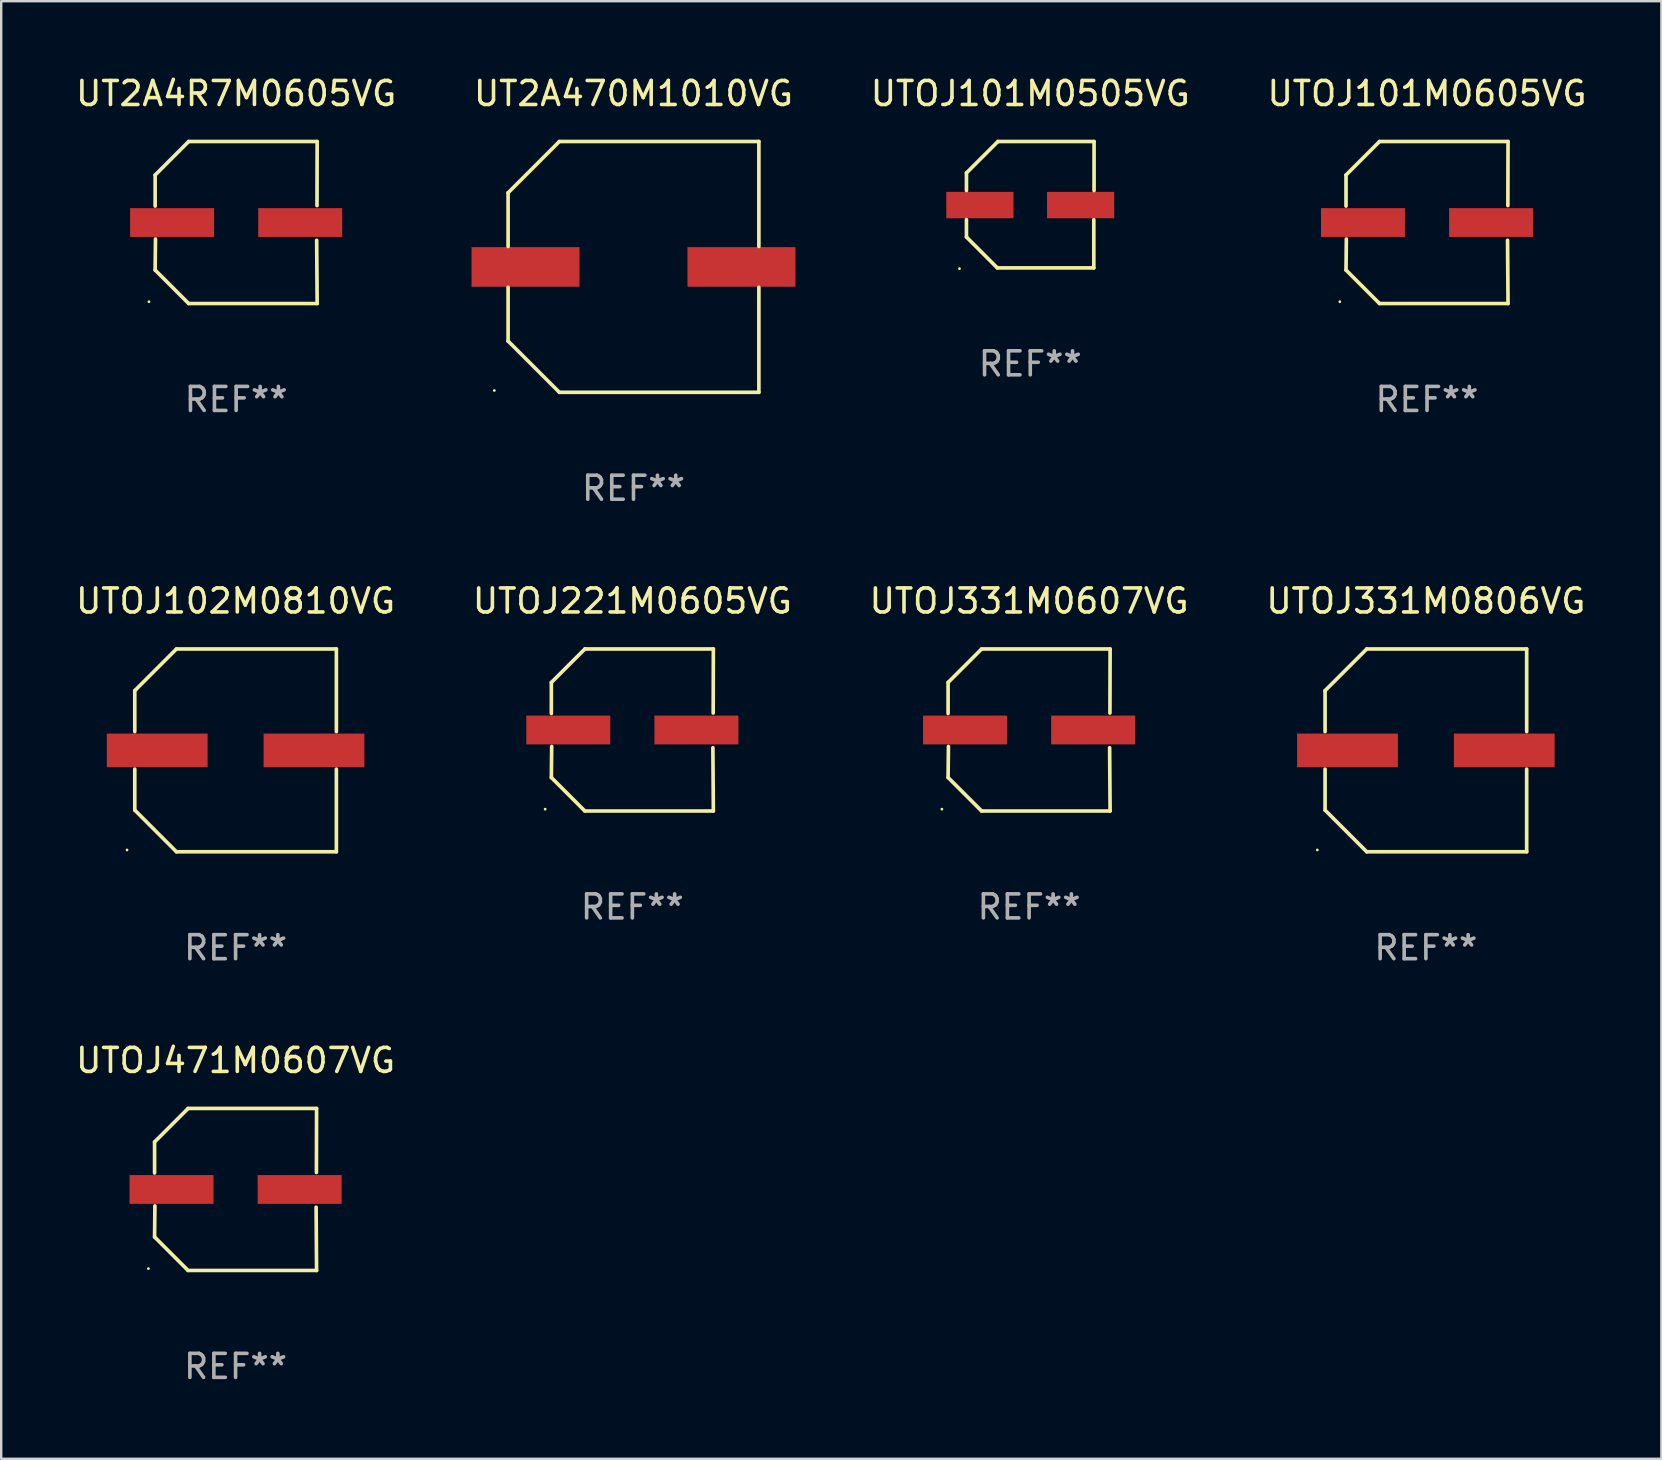
<source format=kicad_pcb>
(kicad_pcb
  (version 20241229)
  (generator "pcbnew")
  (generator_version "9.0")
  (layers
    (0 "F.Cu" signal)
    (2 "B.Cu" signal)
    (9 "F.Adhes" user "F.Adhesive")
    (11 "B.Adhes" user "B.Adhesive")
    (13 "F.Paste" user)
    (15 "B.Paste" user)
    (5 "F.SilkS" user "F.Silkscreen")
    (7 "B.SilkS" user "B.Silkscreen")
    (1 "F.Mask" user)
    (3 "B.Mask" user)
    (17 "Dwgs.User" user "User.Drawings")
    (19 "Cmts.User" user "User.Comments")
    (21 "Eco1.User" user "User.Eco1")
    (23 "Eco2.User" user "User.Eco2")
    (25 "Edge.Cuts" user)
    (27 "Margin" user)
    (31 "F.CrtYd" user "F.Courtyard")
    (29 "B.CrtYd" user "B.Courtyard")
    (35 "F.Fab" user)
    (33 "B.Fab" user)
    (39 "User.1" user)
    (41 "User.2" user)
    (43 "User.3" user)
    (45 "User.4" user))
  (footprint "UT2A470M1010VG"
    (layer "F.Cu")
    (at 23.351 8.074)
    (property "Reference" "UT2A470M1010VG" (at 0 -7.226 0) (layer "F.SilkS") (effects (font (size 1 1) (thickness 0.15))))
    (attr through_hole)
    (fp_line (start -5.226 -3.09) (end -5.226 -0.852) (stroke (width 0.152) (type solid)) (layer "F.SilkS"))
    (fp_line (start -5.226 3.09) (end -5.226 0.852) (stroke (width 0.152) (type solid)) (layer "F.SilkS"))
    (fp_line (start -3.09 -5.226) (end -5.226 -3.09) (stroke (width 0.152) (type solid)) (layer "F.SilkS"))
    (fp_line (start -3.09 5.226) (end -5.226 3.09) (stroke (width 0.152) (type solid)) (layer "F.SilkS"))
    (fp_line (start 5.226 -5.226) (end -3.09 -5.226) (stroke (width 0.152) (type solid)) (layer "F.SilkS"))
    (fp_line (start 5.226 -0.852) (end 5.226 -5.226) (stroke (width 0.152) (type solid)) (layer "F.SilkS"))
    (fp_line (start 5.226 0.852) (end 5.226 5.226) (stroke (width 0.152) (type solid)) (layer "F.SilkS"))
    (fp_line (start 5.226 5.226) (end -3.09 5.226) (stroke (width 0.152) (type solid)) (layer "F.SilkS"))
    (fp_circle (center -5.8 5.15) (end -5.77 5.15) (stroke (width 0.06) (type solid)) (fill no) (layer "F.SilkS"))
    (fp_text user "REF**" (at 0 9.226 0) (layer "F.Fab") (effects (font (size 1 1) (thickness 0.15))))
    (pad "1" smd rect (at -4.5 0) (size 4.5 1.65) (layers "F.Cu" "F.Mask" "F.Paste"))
    (pad "2" smd rect (at 4.5 0) (size 4.5 1.65) (layers "F.Cu" "F.Mask" "F.Paste")))
  (footprint "UTOJ471M0607VG"
    (layer "F.Cu")
    (at 6.768 46.522)
    (property "Reference" "UTOJ471M0607VG" (at 0 -5.376 0) (layer "F.SilkS") (effects (font (size 1 1) (thickness 0.15))))
    (attr through_hole)
    (fp_line (start -3.376 -1.98) (end -3.376 -0.686) (stroke (width 0.152) (type solid)) (layer "F.SilkS"))
    (fp_line (start -3.376 1.981) (end -3.362 0.686) (stroke (width 0.152) (type solid)) (layer "F.SilkS"))
    (fp_line (start -1.981 3.376) (end -3.376 1.981) (stroke (width 0.152) (type solid)) (layer "F.SilkS"))
    (fp_line (start -1.98 -3.376) (end -3.376 -1.98) (stroke (width 0.152) (type solid)) (layer "F.SilkS"))
    (fp_line (start 3.356 0.74) (end 3.376 3.376) (stroke (width 0.152) (type solid)) (layer "F.SilkS"))
    (fp_line (start 3.369 -0.707) (end 3.376 -3.376) (stroke (width 0.152) (type solid)) (layer "F.SilkS"))
    (fp_line (start 3.376 3.376) (end -1.981 3.376) (stroke (width 0.152) (type solid)) (layer "F.SilkS"))
    (fp_line (start 3.376 -3.376) (end -1.98 -3.376) (stroke (width 0.152) (type solid)) (layer "F.SilkS"))
    (fp_circle (center -3.634 3.3) (end -3.604 3.3) (stroke (width 0.06) (type solid)) (fill no) (layer "F.SilkS"))
    (fp_text user "REF**" (at 0 7.376 0) (layer "F.Fab") (effects (font (size 1 1) (thickness 0.15))))
    (pad "1" smd rect (at -2.67 0.000254) (size 3.5 1.2) (layers "F.Cu" "F.Mask" "F.Paste"))
    (pad "2" smd rect (at 2.67 0.000254) (size 3.5 1.2) (layers "F.Cu" "F.Mask" "F.Paste")))
  (footprint "UTOJ331M0806VG"
    (layer "F.Cu")
    (at 56.375 28.223)
    (property "Reference" "UTOJ331M0806VG" (at 0 -6.226 0) (layer "F.SilkS") (effects (font (size 1 1) (thickness 0.15))))
    (attr through_hole)
    (fp_line (start -4.201 -2.49) (end -4.201 -0.782) (stroke (width 0.152) (type solid)) (layer "F.SilkS"))
    (fp_line (start -4.201 2.49) (end -4.201 0.782) (stroke (width 0.152) (type solid)) (layer "F.SilkS"))
    (fp_line (start -2.465 -4.226) (end -4.201 -2.49) (stroke (width 0.152) (type solid)) (layer "F.SilkS"))
    (fp_line (start -2.465 4.226) (end -4.201 2.49) (stroke (width 0.152) (type solid)) (layer "F.SilkS"))
    (fp_line (start 4.201 -4.226) (end -2.465 -4.226) (stroke (width 0.152) (type solid)) (layer "F.SilkS"))
    (fp_line (start 4.201 -0.782) (end 4.201 -4.226) (stroke (width 0.152) (type solid)) (layer "F.SilkS"))
    (fp_line (start 4.201 0.782) (end 4.201 4.226) (stroke (width 0.152) (type solid)) (layer "F.SilkS"))
    (fp_line (start 4.201 4.226) (end -2.465 4.226) (stroke (width 0.152) (type solid)) (layer "F.SilkS"))
    (fp_circle (center -4.524 4.15) (end -4.494 4.15) (stroke (width 0.06) (type solid)) (fill no) (layer "F.SilkS"))
    (fp_text user "REF**" (at 0 8.226 0) (layer "F.Fab") (effects (font (size 1 1) (thickness 0.15))))
    (pad "1" smd rect (at -3.267 0) (size 4.2 1.4) (layers "F.Cu" "F.Mask" "F.Paste"))
    (pad "2" smd rect (at 3.267 0) (size 4.2 1.4) (layers "F.Cu" "F.Mask" "F.Paste")))
  (footprint "UTOJ221M0605VG"
    (layer "F.Cu")
    (at 23.304 27.373)
    (property "Reference" "UTOJ221M0605VG" (at 0 -5.376 0) (layer "F.SilkS") (effects (font (size 1 1) (thickness 0.15))))
    (attr through_hole)
    (fp_line (start -3.376 -1.98) (end -3.376 -0.686) (stroke (width 0.152) (type solid)) (layer "F.SilkS"))
    (fp_line (start -3.376 1.981) (end -3.362 0.686) (stroke (width 0.152) (type solid)) (layer "F.SilkS"))
    (fp_line (start -1.981 3.376) (end -3.376 1.981) (stroke (width 0.152) (type solid)) (layer "F.SilkS"))
    (fp_line (start -1.98 -3.376) (end -3.376 -1.98) (stroke (width 0.152) (type solid)) (layer "F.SilkS"))
    (fp_line (start 3.356 0.74) (end 3.376 3.376) (stroke (width 0.152) (type solid)) (layer "F.SilkS"))
    (fp_line (start 3.369 -0.707) (end 3.376 -3.376) (stroke (width 0.152) (type solid)) (layer "F.SilkS"))
    (fp_line (start 3.376 3.376) (end -1.981 3.376) (stroke (width 0.152) (type solid)) (layer "F.SilkS"))
    (fp_line (start 3.376 -3.376) (end -1.98 -3.376) (stroke (width 0.152) (type solid)) (layer "F.SilkS"))
    (fp_circle (center -3.634 3.3) (end -3.604 3.3) (stroke (width 0.06) (type solid)) (fill no) (layer "F.SilkS"))
    (fp_text user "REF**" (at 0 7.376 0) (layer "F.Fab") (effects (font (size 1 1) (thickness 0.15))))
    (pad "1" smd rect (at -2.67 0.000254) (size 3.5 1.2) (layers "F.Cu" "F.Mask" "F.Paste"))
    (pad "2" smd rect (at 2.67 0.000254) (size 3.5 1.2) (layers "F.Cu" "F.Mask" "F.Paste")))
  (footprint "UTOJ331M0607VG"
    (layer "F.Cu")
    (at 39.839 27.373)
    (property "Reference" "UTOJ331M0607VG" (at 0 -5.376 0) (layer "F.SilkS") (effects (font (size 1 1) (thickness 0.15))))
    (attr through_hole)
    (fp_line (start -3.376 -1.98) (end -3.376 -0.686) (stroke (width 0.152) (type solid)) (layer "F.SilkS"))
    (fp_line (start -3.376 1.981) (end -3.362 0.686) (stroke (width 0.152) (type solid)) (layer "F.SilkS"))
    (fp_line (start -1.981 3.376) (end -3.376 1.981) (stroke (width 0.152) (type solid)) (layer "F.SilkS"))
    (fp_line (start -1.98 -3.376) (end -3.376 -1.98) (stroke (width 0.152) (type solid)) (layer "F.SilkS"))
    (fp_line (start 3.356 0.74) (end 3.376 3.376) (stroke (width 0.152) (type solid)) (layer "F.SilkS"))
    (fp_line (start 3.369 -0.707) (end 3.376 -3.376) (stroke (width 0.152) (type solid)) (layer "F.SilkS"))
    (fp_line (start 3.376 3.376) (end -1.981 3.376) (stroke (width 0.152) (type solid)) (layer "F.SilkS"))
    (fp_line (start 3.376 -3.376) (end -1.98 -3.376) (stroke (width 0.152) (type solid)) (layer "F.SilkS"))
    (fp_circle (center -3.634 3.3) (end -3.604 3.3) (stroke (width 0.06) (type solid)) (fill no) (layer "F.SilkS"))
    (fp_text user "REF**" (at 0 7.376 0) (layer "F.Fab") (effects (font (size 1 1) (thickness 0.15))))
    (pad "1" smd rect (at -2.67 0.000254) (size 3.5 1.2) (layers "F.Cu" "F.Mask" "F.Paste"))
    (pad "2" smd rect (at 2.67 0.000254) (size 3.5 1.2) (layers "F.Cu" "F.Mask" "F.Paste")))
  (footprint "UT2A4R7M0605VG"
    (layer "F.Cu")
    (at 6.792 6.224)
    (property "Reference" "UT2A4R7M0605VG" (at 0 -5.376 0) (layer "F.SilkS") (effects (font (size 1 1) (thickness 0.15))))
    (attr through_hole)
    (fp_line (start -3.376 -1.98) (end -3.376 -0.686) (stroke (width 0.152) (type solid)) (layer "F.SilkS"))
    (fp_line (start -3.376 1.981) (end -3.362 0.686) (stroke (width 0.152) (type solid)) (layer "F.SilkS"))
    (fp_line (start -1.981 3.376) (end -3.376 1.981) (stroke (width 0.152) (type solid)) (layer "F.SilkS"))
    (fp_line (start -1.98 -3.376) (end -3.376 -1.98) (stroke (width 0.152) (type solid)) (layer "F.SilkS"))
    (fp_line (start 3.356 0.74) (end 3.376 3.376) (stroke (width 0.152) (type solid)) (layer "F.SilkS"))
    (fp_line (start 3.369 -0.707) (end 3.376 -3.376) (stroke (width 0.152) (type solid)) (layer "F.SilkS"))
    (fp_line (start 3.376 3.376) (end -1.981 3.376) (stroke (width 0.152) (type solid)) (layer "F.SilkS"))
    (fp_line (start 3.376 -3.376) (end -1.98 -3.376) (stroke (width 0.152) (type solid)) (layer "F.SilkS"))
    (fp_circle (center -3.634 3.3) (end -3.604 3.3) (stroke (width 0.06) (type solid)) (fill no) (layer "F.SilkS"))
    (fp_text user "REF**" (at 0 7.376 0) (layer "F.Fab") (effects (font (size 1 1) (thickness 0.15))))
    (pad "1" smd rect (at -2.67 0.000254) (size 3.5 1.2) (layers "F.Cu" "F.Mask" "F.Paste"))
    (pad "2" smd rect (at 2.67 0.000254) (size 3.5 1.2) (layers "F.Cu" "F.Mask" "F.Paste")))
  (footprint "UTOJ102M0810VG"
    (layer "F.Cu")
    (at 6.768 28.223)
    (property "Reference" "UTOJ102M0810VG" (at 0 -6.226 0) (layer "F.SilkS") (effects (font (size 1 1) (thickness 0.15))))
    (attr through_hole)
    (fp_line (start -4.201 -2.49) (end -4.201 -0.782) (stroke (width 0.152) (type solid)) (layer "F.SilkS"))
    (fp_line (start -4.201 2.49) (end -4.201 0.782) (stroke (width 0.152) (type solid)) (layer "F.SilkS"))
    (fp_line (start -2.465 -4.226) (end -4.201 -2.49) (stroke (width 0.152) (type solid)) (layer "F.SilkS"))
    (fp_line (start -2.465 4.226) (end -4.201 2.49) (stroke (width 0.152) (type solid)) (layer "F.SilkS"))
    (fp_line (start 4.201 -4.226) (end -2.465 -4.226) (stroke (width 0.152) (type solid)) (layer "F.SilkS"))
    (fp_line (start 4.201 -0.782) (end 4.201 -4.226) (stroke (width 0.152) (type solid)) (layer "F.SilkS"))
    (fp_line (start 4.201 0.782) (end 4.201 4.226) (stroke (width 0.152) (type solid)) (layer "F.SilkS"))
    (fp_line (start 4.201 4.226) (end -2.465 4.226) (stroke (width 0.152) (type solid)) (layer "F.SilkS"))
    (fp_circle (center -4.524 4.15) (end -4.494 4.15) (stroke (width 0.06) (type solid)) (fill no) (layer "F.SilkS"))
    (fp_text user "REF**" (at 0 8.226 0) (layer "F.Fab") (effects (font (size 1 1) (thickness 0.15))))
    (pad "1" smd rect (at -3.267 0) (size 4.2 1.4) (layers "F.Cu" "F.Mask" "F.Paste"))
    (pad "2" smd rect (at 3.267 0) (size 4.2 1.4) (layers "F.Cu" "F.Mask" "F.Paste")))
  (footprint "UTOJ101M0605VG"
    (layer "F.Cu")
    (at 56.423 6.224)
    (property "Reference" "UTOJ101M0605VG" (at 0 -5.376 0) (layer "F.SilkS") (effects (font (size 1 1) (thickness 0.15))))
    (attr through_hole)
    (fp_line (start -3.376 -1.98) (end -3.376 -0.686) (stroke (width 0.152) (type solid)) (layer "F.SilkS"))
    (fp_line (start -3.376 1.981) (end -3.362 0.686) (stroke (width 0.152) (type solid)) (layer "F.SilkS"))
    (fp_line (start -1.981 3.376) (end -3.376 1.981) (stroke (width 0.152) (type solid)) (layer "F.SilkS"))
    (fp_line (start -1.98 -3.376) (end -3.376 -1.98) (stroke (width 0.152) (type solid)) (layer "F.SilkS"))
    (fp_line (start 3.356 0.74) (end 3.376 3.376) (stroke (width 0.152) (type solid)) (layer "F.SilkS"))
    (fp_line (start 3.369 -0.707) (end 3.376 -3.376) (stroke (width 0.152) (type solid)) (layer "F.SilkS"))
    (fp_line (start 3.376 3.376) (end -1.981 3.376) (stroke (width 0.152) (type solid)) (layer "F.SilkS"))
    (fp_line (start 3.376 -3.376) (end -1.98 -3.376) (stroke (width 0.152) (type solid)) (layer "F.SilkS"))
    (fp_circle (center -3.634 3.3) (end -3.604 3.3) (stroke (width 0.06) (type solid)) (fill no) (layer "F.SilkS"))
    (fp_text user "REF**" (at 0 7.376 0) (layer "F.Fab") (effects (font (size 1 1) (thickness 0.15))))
    (pad "1" smd rect (at -2.67 0.000254) (size 3.5 1.2) (layers "F.Cu" "F.Mask" "F.Paste"))
    (pad "2" smd rect (at 2.67 0.000254) (size 3.5 1.2) (layers "F.Cu" "F.Mask" "F.Paste")))
  (footprint "UTOJ101M0505VG"
    (layer "F.Cu")
    (at 39.887 5.482)
    (property "Reference" "UTOJ101M0505VG" (at 0 -4.634 0) (layer "F.SilkS") (effects (font (size 1 1) (thickness 0.15))))
    (attr through_hole)
    (fp_line (start -2.659 -1.326) (end -2.659 -0.592) (stroke (width 0.152) (type solid)) (layer "F.SilkS"))
    (fp_line (start -2.659 1.346) (end -2.659 0.622) (stroke (width 0.152) (type solid)) (layer "F.SilkS"))
    (fp_line (start -1.372 2.634) (end -2.659 1.346) (stroke (width 0.152) (type solid)) (layer "F.SilkS"))
    (fp_line (start -1.349 -2.634) (end -2.659 -1.326) (stroke (width 0.152) (type solid)) (layer "F.SilkS"))
    (fp_line (start 2.649 0.622) (end 2.649 2.634) (stroke (width 0.152) (type solid)) (layer "F.SilkS"))
    (fp_line (start 2.649 2.634) (end -1.372 2.634) (stroke (width 0.152) (type solid)) (layer "F.SilkS"))
    (fp_line (start 2.659 -2.634) (end -1.349 -2.634) (stroke (width 0.152) (type solid)) (layer "F.SilkS"))
    (fp_line (start 2.659 -0.592) (end 2.659 -2.634) (stroke (width 0.152) (type solid)) (layer "F.SilkS"))
    (fp_circle (center -2.95 2.665) (end -2.92 2.665) (stroke (width 0.06) (type solid)) (fill no) (layer "F.SilkS"))
    (fp_text user "REF**" (at 0 6.634 0) (layer "F.Fab") (effects (font (size 1 1) (thickness 0.15))))
    (pad "1" smd rect (at -2.1 0.015) (size 2.8 1.1) (layers "F.Cu" "F.Mask" "F.Paste"))
    (pad "2" smd rect (at 2.1 0.015) (size 2.8 1.1) (layers "F.Cu" "F.Mask" "F.Paste")))
  (gr_rect
    (start -3 -3)
    (end 66.19 57.746)
    (stroke (width 0.1) (type default))
    (fill no)
    (layer "Edge.Cuts")))
</source>
